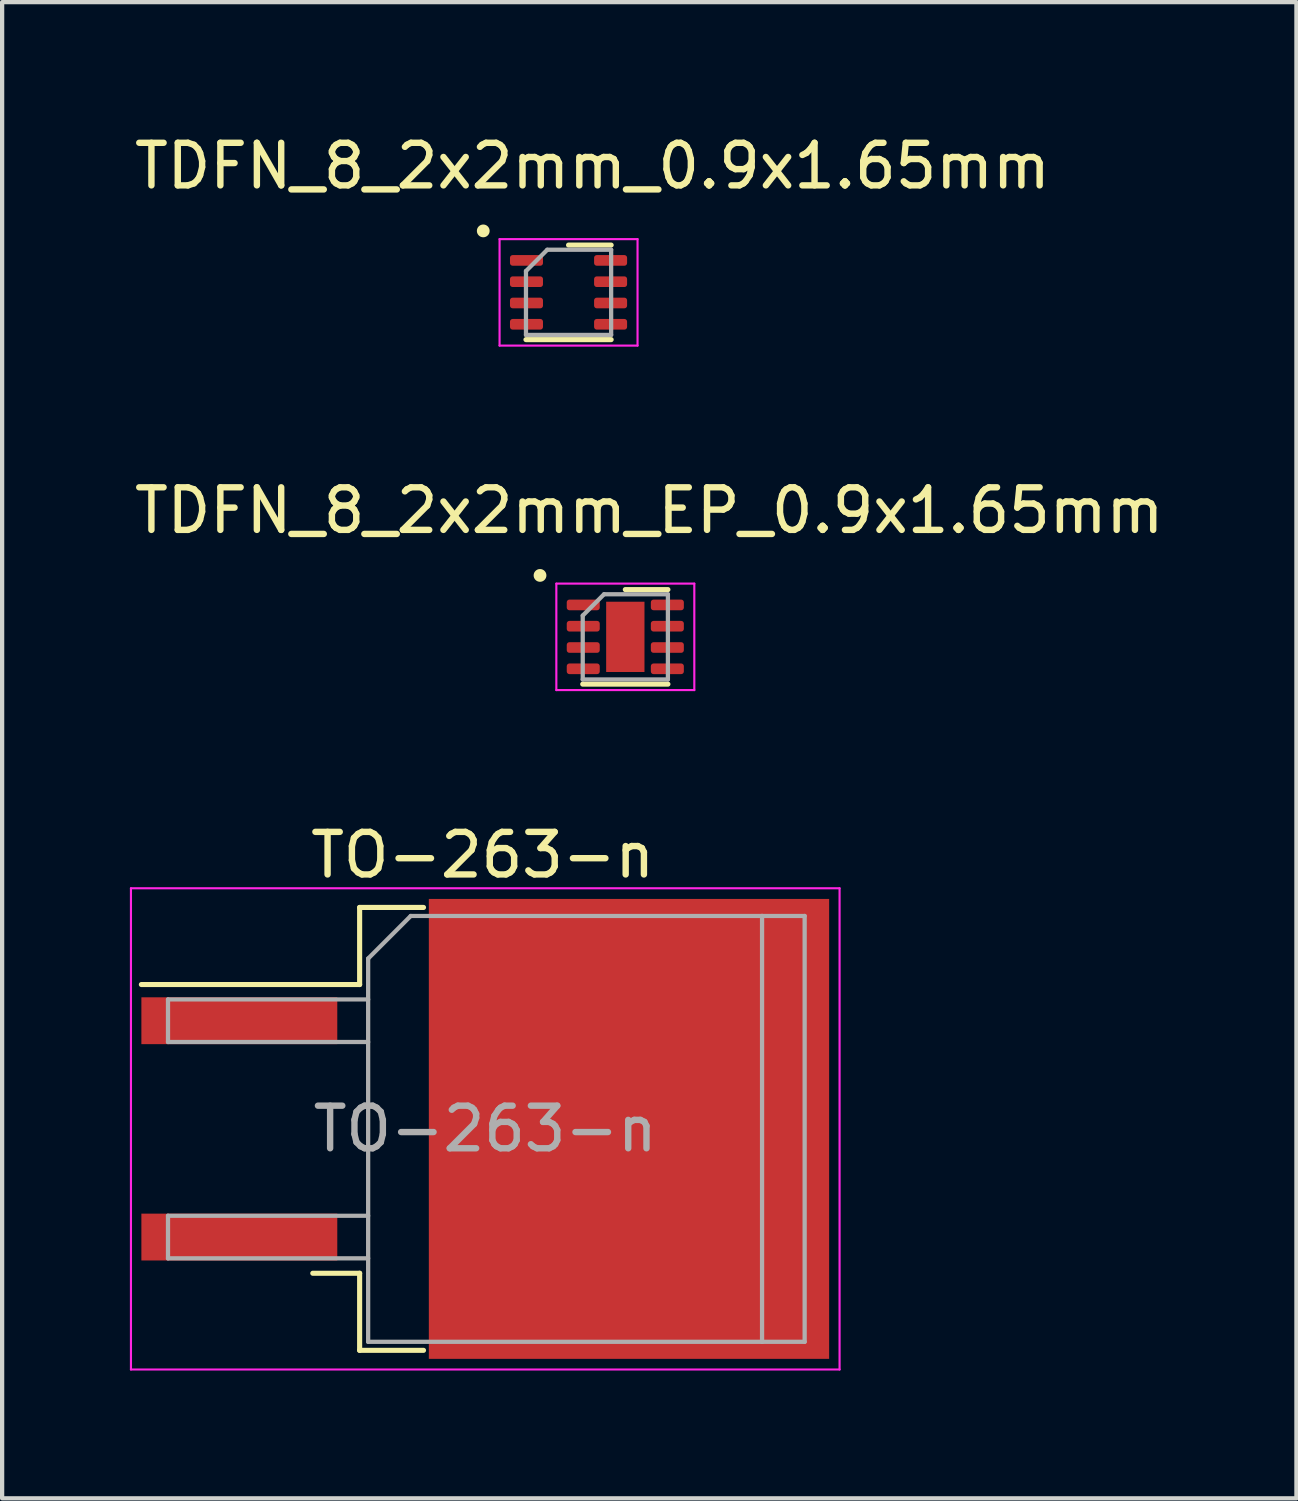
<source format=kicad_pcb>
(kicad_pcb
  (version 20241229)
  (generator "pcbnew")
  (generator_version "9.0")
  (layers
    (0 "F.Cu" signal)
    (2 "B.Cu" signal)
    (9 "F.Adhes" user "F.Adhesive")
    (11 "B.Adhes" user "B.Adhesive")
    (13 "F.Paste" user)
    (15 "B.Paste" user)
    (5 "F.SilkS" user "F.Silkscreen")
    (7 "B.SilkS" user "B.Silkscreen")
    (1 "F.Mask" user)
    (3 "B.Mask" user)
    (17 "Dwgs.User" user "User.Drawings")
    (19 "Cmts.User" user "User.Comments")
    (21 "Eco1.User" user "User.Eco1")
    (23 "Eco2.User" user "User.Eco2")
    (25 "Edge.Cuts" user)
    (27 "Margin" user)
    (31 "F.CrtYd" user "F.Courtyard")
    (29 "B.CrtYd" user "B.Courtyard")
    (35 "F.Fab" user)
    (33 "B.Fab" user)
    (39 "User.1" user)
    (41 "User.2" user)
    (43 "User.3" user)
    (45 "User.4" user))
  (footprint "TDFN_8_2x2mm_0.9x1.65mm"
    (layer "F.Cu")
    (at 10.355 3.896)
    (property "Reference" "TDFN_8_2x2mm_0.9x1.65mm" (at 0.508 -3.048 0) (unlocked yes) (layer "F.SilkS") (effects (font (size 1 1) (thickness 0.15))))
    (attr smd)
    (fp_line (start -2.057 -1.524) (end -2.057 -1.524) (stroke (width 0.3) (type solid)) (layer "F.SilkS"))
    (fp_line (start -2.057 -1.524) (end -2.057 -1.499) (stroke (width 0.12) (type solid)) (layer "F.SilkS"))
    (fp_line (start -2.057 -1.499) (end -2.057 -1.524) (stroke (width 0.12) (type solid)) (layer "F.SilkS"))
    (fp_line (start -2.057 -1.473) (end -2.057 -1.524) (stroke (width 0.12) (type solid)) (layer "F.SilkS"))
    (fp_line (start -1.054 1.029) (end 0.946 1.029) (stroke (width 0.12) (type solid)) (layer "F.SilkS"))
    (fp_line (start -0.054 -1.191) (end 0.946 -1.191) (stroke (width 0.12) (type solid)) (layer "F.SilkS"))
    (fp_line (start -1.674 -1.331) (end -1.674 1.169) (stroke (width 0.05) (type solid)) (layer "F.CrtYd"))
    (fp_line (start -1.674 1.169) (end 1.566 1.169) (stroke (width 0.05) (type solid)) (layer "F.CrtYd"))
    (fp_line (start 1.566 -1.331) (end -1.674 -1.331) (stroke (width 0.05) (type solid)) (layer "F.CrtYd"))
    (fp_line (start 1.566 1.169) (end 1.566 -1.331) (stroke (width 0.05) (type solid)) (layer "F.CrtYd"))
    (fp_line (start -1.054 -0.581) (end -0.554 -1.081) (stroke (width 0.1) (type solid)) (layer "F.Fab"))
    (fp_line (start -1.054 0.919) (end -1.054 -0.581) (stroke (width 0.1) (type solid)) (layer "F.Fab"))
    (fp_line (start -0.554 -1.081) (end 0.946 -1.081) (stroke (width 0.1) (type solid)) (layer "F.Fab"))
    (fp_line (start 0.946 -1.081) (end 0.946 0.919) (stroke (width 0.1) (type solid)) (layer "F.Fab"))
    (fp_line (start 0.946 0.919) (end -1.054 0.919) (stroke (width 0.1) (type solid)) (layer "F.Fab"))
    (pad "1" smd roundrect (at -1.042 -0.831) (size 0.775 0.25) (layers "F.Cu" "F.Mask" "F.Paste") (roundrect_rratio 0.25))
    (pad "2" smd roundrect (at -1.042 -0.331) (size 0.775 0.25) (layers "F.Cu" "F.Mask" "F.Paste") (roundrect_rratio 0.25))
    (pad "3" smd roundrect (at -1.042 0.169) (size 0.775 0.25) (layers "F.Cu" "F.Mask" "F.Paste") (roundrect_rratio 0.25))
    (pad "4" smd roundrect (at -1.042 0.669) (size 0.775 0.25) (layers "F.Cu" "F.Mask" "F.Paste") (roundrect_rratio 0.25))
    (pad "5" smd roundrect (at 0.933 0.669) (size 0.775 0.25) (layers "F.Cu" "F.Mask" "F.Paste") (roundrect_rratio 0.25))
    (pad "6" smd roundrect (at 0.933 0.169) (size 0.775 0.25) (layers "F.Cu" "F.Mask" "F.Paste") (roundrect_rratio 0.25))
    (pad "7" smd roundrect (at 0.933 -0.331) (size 0.775 0.25) (layers "F.Cu" "F.Mask" "F.Paste") (roundrect_rratio 0.25))
    (pad "8" smd roundrect (at 0.933 -0.831) (size 0.775 0.25) (layers "F.Cu" "F.Mask" "F.Paste") (roundrect_rratio 0.25)))
  (footprint "TDFN_8_2x2mm_EP_0.9x1.65mm"
    (layer "F.Cu")
    (at 11.688 11.986)
    (property "Reference" "TDFN_8_2x2mm_EP_0.9x1.65mm" (at 0.508 -3.048 0) (unlocked yes) (layer "F.SilkS") (effects (font (size 1 1) (thickness 0.15))))
    (attr smd)
    (fp_line (start -2.057 -1.524) (end -2.057 -1.524) (stroke (width 0.3) (type solid)) (layer "F.SilkS"))
    (fp_line (start -2.057 -1.524) (end -2.057 -1.499) (stroke (width 0.12) (type solid)) (layer "F.SilkS"))
    (fp_line (start -2.057 -1.499) (end -2.057 -1.524) (stroke (width 0.12) (type solid)) (layer "F.SilkS"))
    (fp_line (start -2.057 -1.473) (end -2.057 -1.524) (stroke (width 0.12) (type solid)) (layer "F.SilkS"))
    (fp_line (start -1.054 1.029) (end 0.946 1.029) (stroke (width 0.12) (type solid)) (layer "F.SilkS"))
    (fp_line (start -0.054 -1.191) (end 0.946 -1.191) (stroke (width 0.12) (type solid)) (layer "F.SilkS"))
    (fp_line (start -1.674 -1.331) (end -1.674 1.169) (stroke (width 0.05) (type solid)) (layer "F.CrtYd"))
    (fp_line (start -1.674 1.169) (end 1.566 1.169) (stroke (width 0.05) (type solid)) (layer "F.CrtYd"))
    (fp_line (start 1.566 -1.331) (end -1.674 -1.331) (stroke (width 0.05) (type solid)) (layer "F.CrtYd"))
    (fp_line (start 1.566 1.169) (end 1.566 -1.331) (stroke (width 0.05) (type solid)) (layer "F.CrtYd"))
    (fp_line (start -1.054 -0.581) (end -0.554 -1.081) (stroke (width 0.1) (type solid)) (layer "F.Fab"))
    (fp_line (start -1.054 0.919) (end -1.054 -0.581) (stroke (width 0.1) (type solid)) (layer "F.Fab"))
    (fp_line (start -0.554 -1.081) (end 0.946 -1.081) (stroke (width 0.1) (type solid)) (layer "F.Fab"))
    (fp_line (start 0.946 -1.081) (end 0.946 0.919) (stroke (width 0.1) (type solid)) (layer "F.Fab"))
    (fp_line (start 0.946 0.919) (end -1.054 0.919) (stroke (width 0.1) (type solid)) (layer "F.Fab"))
    (pad "1" smd roundrect (at -1.042 -0.831) (size 0.775 0.25) (layers "F.Cu" "F.Mask" "F.Paste") (roundrect_rratio 0.25))
    (pad "2" smd roundrect (at -1.042 -0.331) (size 0.775 0.25) (layers "F.Cu" "F.Mask" "F.Paste") (roundrect_rratio 0.25))
    (pad "3" smd roundrect (at -1.042 0.169) (size 0.775 0.25) (layers "F.Cu" "F.Mask" "F.Paste") (roundrect_rratio 0.25))
    (pad "4" smd roundrect (at -1.042 0.669) (size 0.775 0.25) (layers "F.Cu" "F.Mask" "F.Paste") (roundrect_rratio 0.25))
    (pad "5" smd roundrect (at 0.933 0.669) (size 0.775 0.25) (layers "F.Cu" "F.Mask" "F.Paste") (roundrect_rratio 0.25))
    (pad "6" smd roundrect (at 0.933 0.169) (size 0.775 0.25) (layers "F.Cu" "F.Mask" "F.Paste") (roundrect_rratio 0.25))
    (pad "7" smd roundrect (at 0.933 -0.331) (size 0.775 0.25) (layers "F.Cu" "F.Mask" "F.Paste") (roundrect_rratio 0.25))
    (pad "8" smd roundrect (at 0.933 -0.831) (size 0.775 0.25) (layers "F.Cu" "F.Mask" "F.Paste") (roundrect_rratio 0.25))
    (pad "9" smd rect (at -0.054 -0.081) (size 0.9 1.65) (layers "F.Cu" "F.Mask")))
  (footprint "TO-263-n"
    (layer "F.Cu")
    (at 11.68 23.559)
    (property "Reference" "TO-263-n" (at -3.395 -6.53 0) (unlocked yes) (layer "F.SilkS") (effects (font (size 1 1) (thickness 0.15))))
    (attr through_hole)
    (fp_line (start -6.285 -5.3) (end -6.285 -3.49) (stroke (width 0.12) (type solid)) (layer "F.SilkS"))
    (fp_line (start -6.285 -3.49) (end -11.41 -3.49) (stroke (width 0.12) (type solid)) (layer "F.SilkS"))
    (fp_line (start -6.285 3.29) (end -7.385 3.29) (stroke (width 0.12) (type solid)) (layer "F.SilkS"))
    (fp_line (start -6.285 5.1) (end -6.285 3.29) (stroke (width 0.12) (type solid)) (layer "F.SilkS"))
    (fp_line (start -4.785 -5.3) (end -6.285 -5.3) (stroke (width 0.12) (type solid)) (layer "F.SilkS"))
    (fp_line (start -4.785 5.1) (end -6.285 5.1) (stroke (width 0.12) (type solid)) (layer "F.SilkS"))
    (fp_line (start -11.655 -5.75) (end -11.655 5.55) (stroke (width 0.05) (type solid)) (layer "F.CrtYd"))
    (fp_line (start -11.655 5.55) (end 4.985 5.55) (stroke (width 0.05) (type solid)) (layer "F.CrtYd"))
    (fp_line (start 4.985 -5.75) (end -11.655 -5.75) (stroke (width 0.05) (type solid)) (layer "F.CrtYd"))
    (fp_line (start 4.985 5.55) (end 4.985 -5.75) (stroke (width 0.05) (type solid)) (layer "F.CrtYd"))
    (fp_line (start -10.785 -3.14) (end -10.785 -2.14) (stroke (width 0.1) (type solid)) (layer "F.Fab"))
    (fp_line (start -10.785 -2.14) (end -6.085 -2.14) (stroke (width 0.1) (type solid)) (layer "F.Fab"))
    (fp_line (start -10.785 1.94) (end -10.785 2.94) (stroke (width 0.1) (type solid)) (layer "F.Fab"))
    (fp_line (start -10.785 2.94) (end -6.085 2.94) (stroke (width 0.1) (type solid)) (layer "F.Fab"))
    (fp_line (start -6.085 -4.1) (end -5.085 -5.1) (stroke (width 0.1) (type solid)) (layer "F.Fab"))
    (fp_line (start -6.085 -3.14) (end -10.785 -3.14) (stroke (width 0.1) (type solid)) (layer "F.Fab"))
    (fp_line (start -6.085 1.94) (end -10.785 1.94) (stroke (width 0.1) (type solid)) (layer "F.Fab"))
    (fp_line (start -6.085 4.9) (end -6.085 -4.1) (stroke (width 0.1) (type solid)) (layer "F.Fab"))
    (fp_line (start -5.085 -5.1) (end 3.165 -5.1) (stroke (width 0.1) (type solid)) (layer "F.Fab"))
    (fp_line (start 3.165 -5.1) (end 3.165 4.9) (stroke (width 0.1) (type solid)) (layer "F.Fab"))
    (fp_line (start 3.165 -5.1) (end 4.165 -5.1) (stroke (width 0.1) (type solid)) (layer "F.Fab"))
    (fp_line (start 3.165 4.9) (end -6.085 4.9) (stroke (width 0.1) (type solid)) (layer "F.Fab"))
    (fp_line (start 4.165 -5.1) (end 4.165 4.9) (stroke (width 0.1) (type solid)) (layer "F.Fab"))
    (fp_line (start 4.165 4.9) (end 3.165 4.9) (stroke (width 0.1) (type solid)) (layer "F.Fab"))
    (fp_text user "${REFERENCE}" (at -3.335 -0.1 0) (layer "F.Fab") (effects (font (size 1 1) (thickness 0.15))))
    (pad "" smd rect (at -2.385 -2.875) (size 4.55 5.25) (layers "F.Paste"))
    (pad "" smd rect (at -2.385 2.675) (size 4.55 5.25) (layers "F.Paste"))
    (pad "" smd rect (at 0.04 -0.1) (size 9.4 10.8) (layers "F.Cu" "F.Mask"))
    (pad "" smd rect (at 2.465 -2.875) (size 4.55 5.25) (layers "F.Paste"))
    (pad "" smd rect (at 2.465 2.675) (size 4.55 5.25) (layers "F.Paste"))
    (pad "1" smd rect (at -9.11 -2.64) (size 4.6 1.1) (layers "F.Cu" "F.Mask" "F.Paste"))
    (pad "2" smd rect (at -9.11 2.44) (size 4.6 1.1) (layers "F.Cu" "F.Mask" "F.Paste")))
  (gr_rect
    (start -3 -3)
    (end 27.393 32.134)
    (stroke (width 0.1) (type default))
    (fill no)
    (layer "Edge.Cuts")))
</source>
